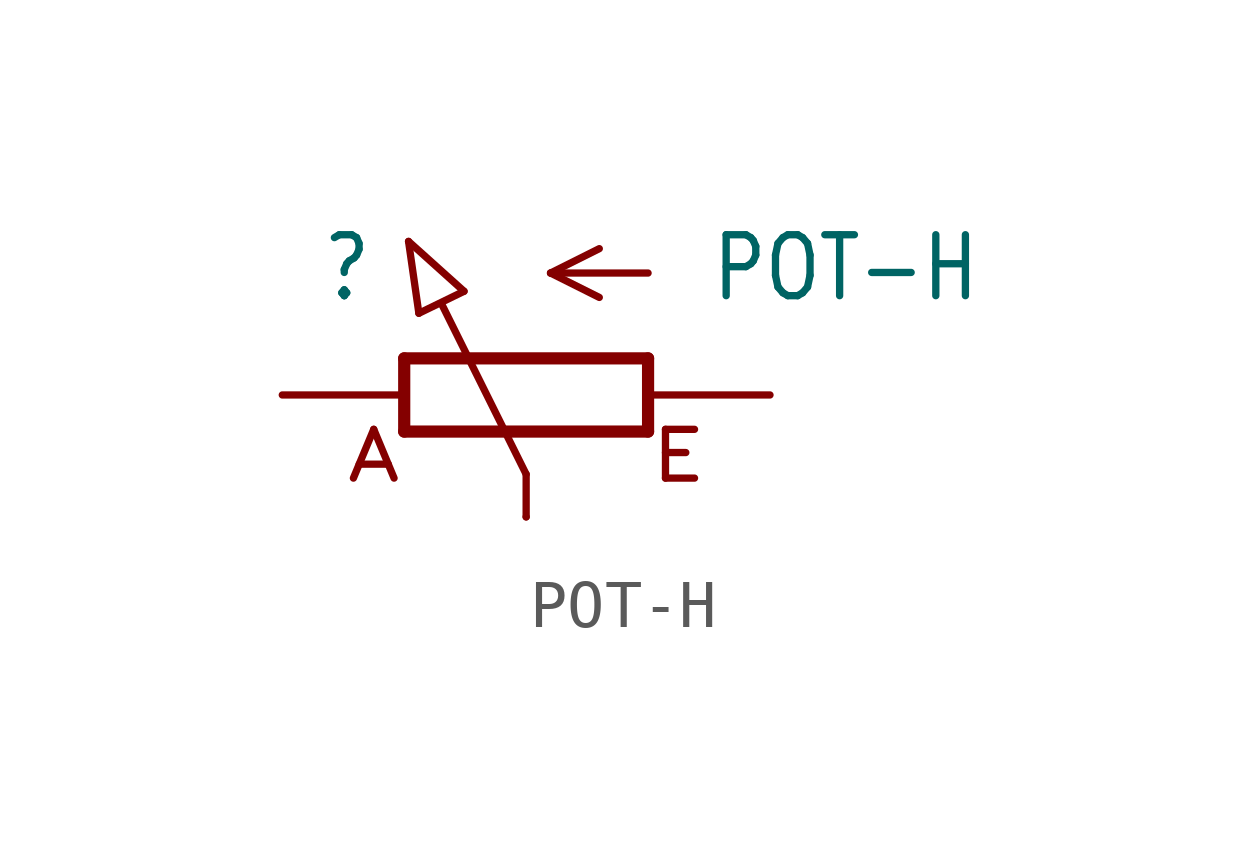
<source format=kicad_sym>
(kicad_symbol_lib
  (version 20201005)
  (generator kicad_symbol_editor)
  (symbol "POT-H"
    (property "Reference" ""
      (at -3.175 1.905 0)
      (effects (font (size 1.27 1.079)) (justify right bottom)))
    (property "Value" "POT-H"
      (at 3.81 1.905 0)
      (effects (font (size 1.27 1.079)) (justify left bottom)))
    (property "ki_locked" ""
      (at 0 0 0)
      (effects (font (size 1.27 1.27))))
    (symbol "POT-H_1_0"
      (text "A" (at -3.175 -1.27 0) (effects (font (size 1.016 1.27))))
      (text "E" (at 3.175 -1.27 0) (effects (font (size 1.016 1.27))))
      (polyline (pts (xy -2.54 -0.762) (xy -2.54 0.762)) (stroke (width 0.254)) (fill (type none)))
      (polyline (pts (xy -2.54 0.762) (xy 2.54 0.762)) (stroke (width 0.254)) (fill (type none)))
      (polyline (pts (xy -2.45 3.199) (xy -2.235 1.702)) (stroke (width 0.152)) (fill (type none)))
      (polyline (pts (xy -1.294 2.16) (xy -2.45 3.199)) (stroke (width 0.152)) (fill (type none)))
      (polyline (pts (xy -1.294 2.16) (xy -2.235 1.702)) (stroke (width 0.152)) (fill (type none)))
      (polyline (pts (xy 0 -2.54) (xy 0 -1.651)) (stroke (width 0.152)) (fill (type none)))
      (polyline (pts (xy 0 -1.651) (xy -1.753 1.88)) (stroke (width 0.152)) (fill (type none)))
      (polyline (pts (xy 0.508 2.54) (xy 1.524 2.032)) (stroke (width 0.152)) (fill (type none)))
      (polyline (pts (xy 0.508 2.54) (xy 1.524 3.048)) (stroke (width 0.152)) (fill (type none)))
      (polyline (pts (xy 2.54 -0.762) (xy -2.54 -0.762)) (stroke (width 0.254)) (fill (type none)))
      (polyline (pts (xy 2.54 0.762) (xy 2.54 -0.762)) (stroke (width 0.254)) (fill (type none)))
      (polyline (pts (xy 2.54 2.54) (xy 0.508 2.54)) (stroke (width 0.152)) (fill (type none)))
      (pin passive line (at 5.08 0 180) (length 2.54) (name "A" (effects (font (size 0 0)))) (number "A" (effects (font (size 0 0)))))
      (pin passive line (at -5.08 0 0) (length 2.54) (name "E" (effects (font (size 0 0)))) (number "E" (effects (font (size 0 0)))))
      (pin passive line (at 0 -2.54 90) (length 0) (name "S" (effects (font (size 0 0)))) (number "S" (effects (font (size 0 0))))))))
</source>
